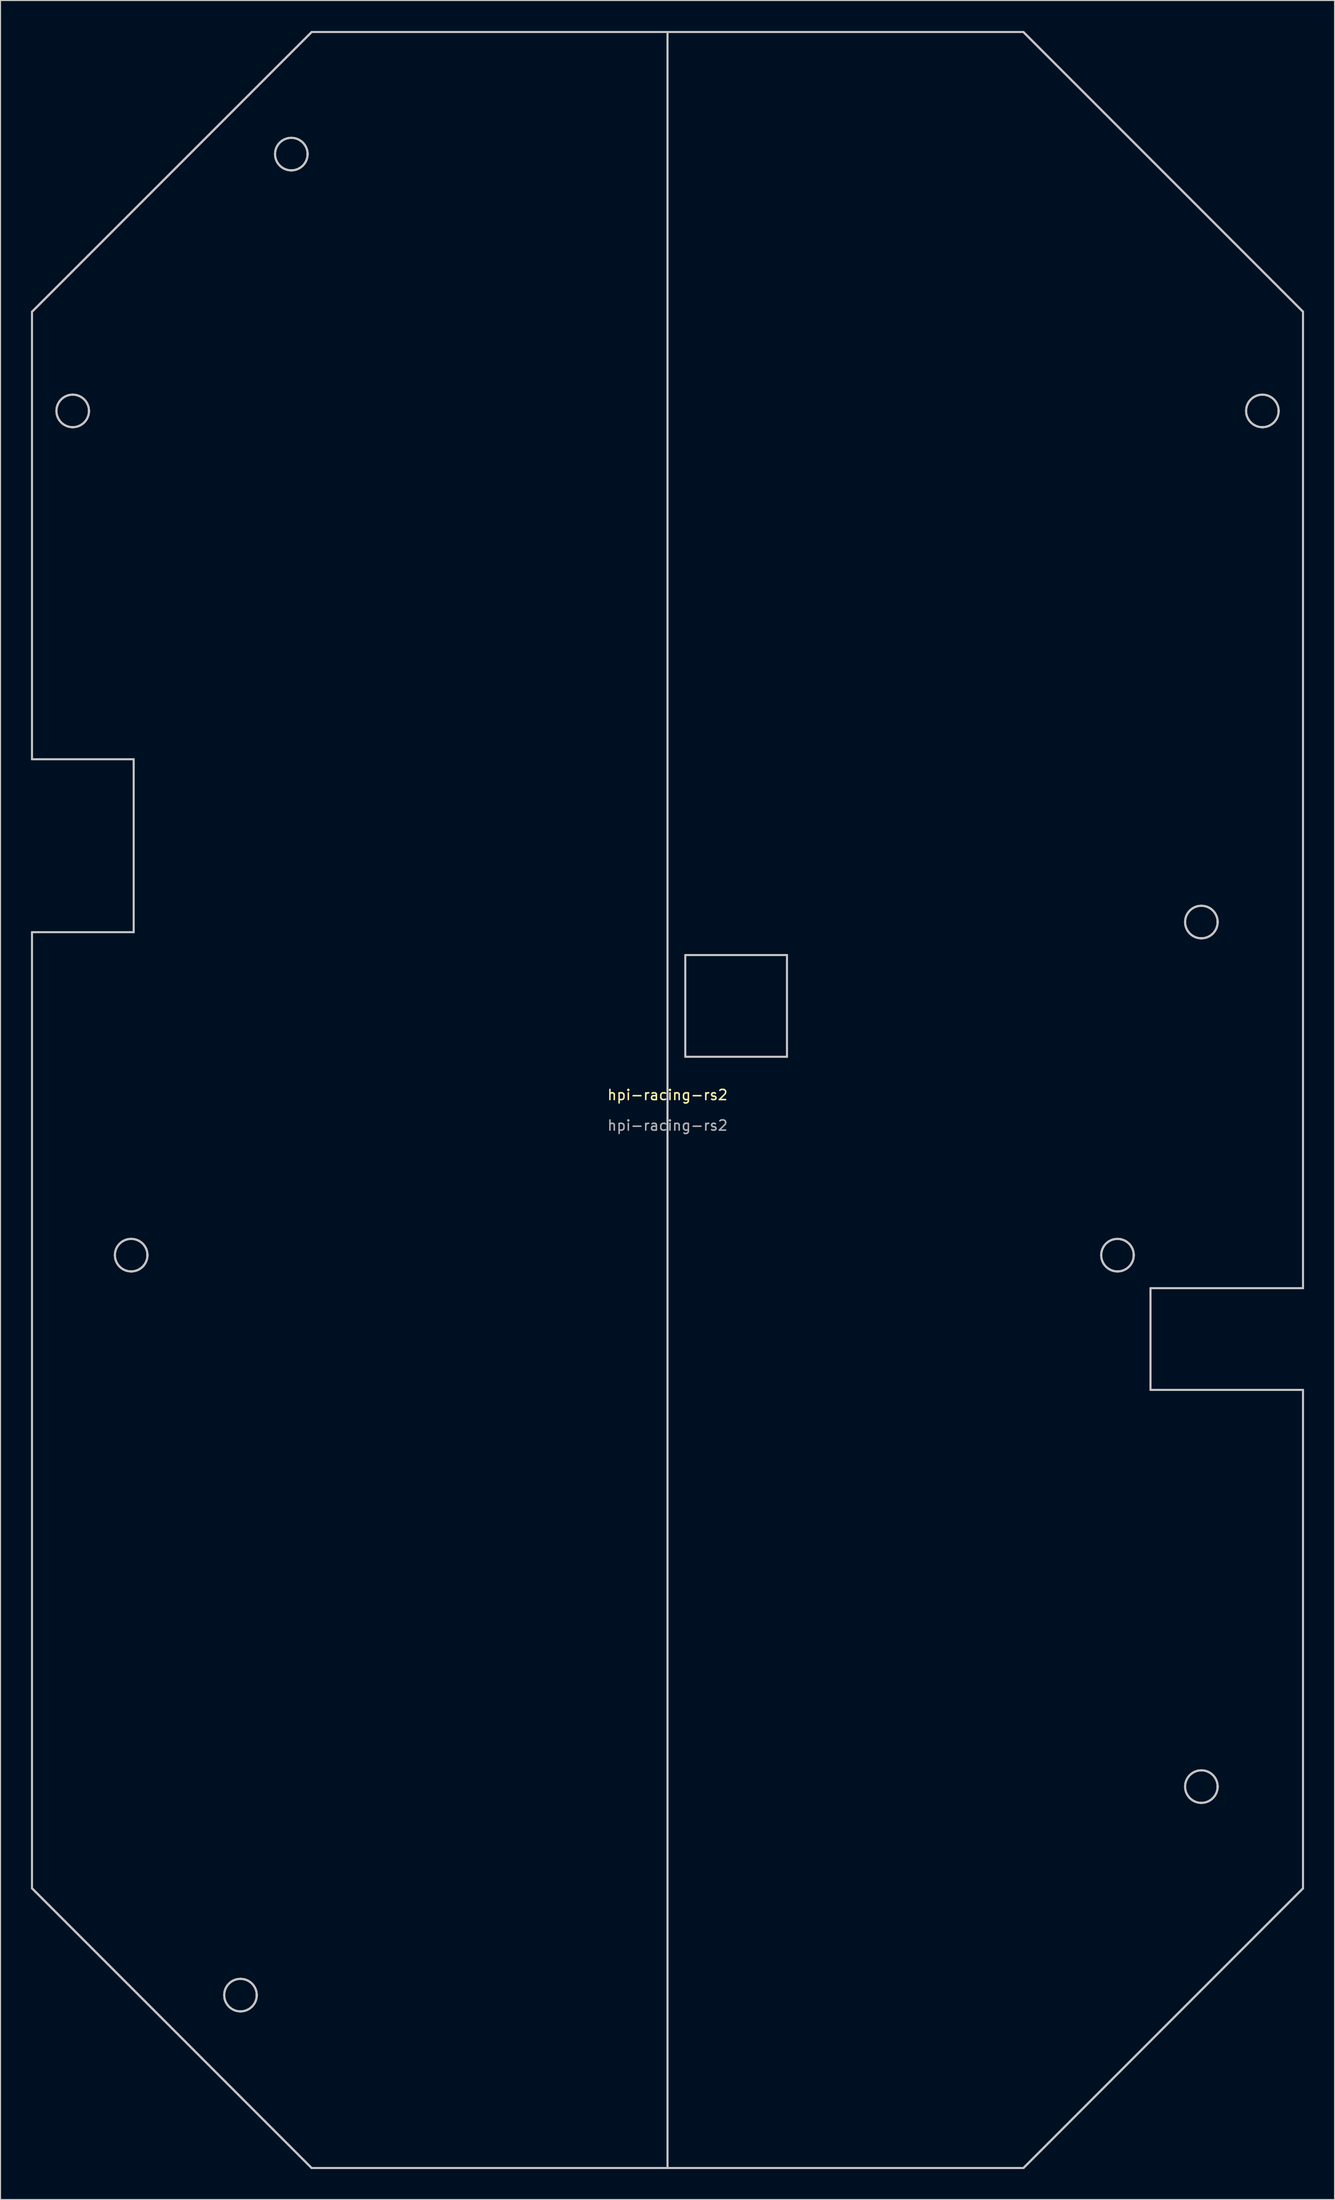
<source format=kicad_pcb>
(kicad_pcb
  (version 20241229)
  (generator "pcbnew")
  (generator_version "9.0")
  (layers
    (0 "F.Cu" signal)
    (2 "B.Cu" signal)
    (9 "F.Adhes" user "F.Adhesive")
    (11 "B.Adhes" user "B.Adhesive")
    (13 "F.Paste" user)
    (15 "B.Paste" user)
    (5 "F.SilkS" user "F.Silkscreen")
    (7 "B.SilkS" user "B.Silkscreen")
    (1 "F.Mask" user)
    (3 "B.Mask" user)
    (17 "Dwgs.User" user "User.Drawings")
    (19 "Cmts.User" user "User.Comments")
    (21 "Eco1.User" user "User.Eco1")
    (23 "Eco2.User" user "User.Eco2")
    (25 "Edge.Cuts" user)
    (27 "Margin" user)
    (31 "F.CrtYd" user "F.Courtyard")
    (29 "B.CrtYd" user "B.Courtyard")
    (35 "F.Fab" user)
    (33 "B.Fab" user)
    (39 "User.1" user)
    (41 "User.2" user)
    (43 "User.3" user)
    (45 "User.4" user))
  (footprint "hpi-racing-rs2"
    (layer "F.Cu")
    (at 62.6 105.1)
    (property "Reference" "hpi-racing-rs2" (at 0 -0.5 0) (unlocked yes) (layer "F.SilkS") (effects (font (size 1 1) (thickness 0.15))))
    (fp_line (start -62.5 -77.5) (end -62.5 -77.5) (stroke (width 0.2) (type solid)) (layer "Dwgs.User"))
    (fp_line (start -62.5 -77.5) (end -62.5 -77.5) (stroke (width 0.2) (type solid)) (layer "Dwgs.User"))
    (fp_line (start -62.5 -77.5) (end -62.5 -33.5) (stroke (width 0.2) (type solid)) (layer "Dwgs.User"))
    (fp_line (start -62.5 -77.5) (end -62.5 -33.5) (stroke (width 0.2) (type solid)) (layer "Dwgs.User"))
    (fp_line (start -62.5 -77.5) (end -62.5 -33.5) (stroke (width 0.2) (type solid)) (layer "Dwgs.User"))
    (fp_line (start -62.5 -77.5) (end -62.5 -33.5) (stroke (width 0.2) (type solid)) (layer "Dwgs.User"))
    (fp_line (start -62.5 -33.5) (end -62.5 -33.5) (stroke (width 0.2) (type solid)) (layer "Dwgs.User"))
    (fp_line (start -62.5 -33.5) (end -62.5 -33.5) (stroke (width 0.2) (type solid)) (layer "Dwgs.User"))
    (fp_line (start -62.5 -33.5) (end -52.5 -33.5) (stroke (width 0.2) (type solid)) (layer "Dwgs.User"))
    (fp_line (start -62.5 -33.5) (end -52.5 -33.5) (stroke (width 0.2) (type solid)) (layer "Dwgs.User"))
    (fp_line (start -62.5 -33.5) (end -52.5 -33.5) (stroke (width 0.2) (type solid)) (layer "Dwgs.User"))
    (fp_line (start -62.5 -33.5) (end -52.5 -33.5) (stroke (width 0.2) (type solid)) (layer "Dwgs.User"))
    (fp_line (start -62.5 -16.5) (end -62.5 -16.5) (stroke (width 0.2) (type solid)) (layer "Dwgs.User"))
    (fp_line (start -62.5 -16.5) (end -62.5 -16.5) (stroke (width 0.2) (type solid)) (layer "Dwgs.User"))
    (fp_line (start -62.5 -16.5) (end -62.5 77.5) (stroke (width 0.2) (type solid)) (layer "Dwgs.User"))
    (fp_line (start -62.5 -16.5) (end -62.5 77.5) (stroke (width 0.2) (type solid)) (layer "Dwgs.User"))
    (fp_line (start -62.5 -16.5) (end -62.5 77.5) (stroke (width 0.2) (type solid)) (layer "Dwgs.User"))
    (fp_line (start -62.5 -16.5) (end -62.5 77.5) (stroke (width 0.2) (type solid)) (layer "Dwgs.User"))
    (fp_line (start -62.5 77.5) (end -62.5 77.5) (stroke (width 0.2) (type solid)) (layer "Dwgs.User"))
    (fp_line (start -62.5 77.5) (end -62.5 77.5) (stroke (width 0.2) (type solid)) (layer "Dwgs.User"))
    (fp_line (start -62.5 77.5) (end -35 105) (stroke (width 0.2) (type solid)) (layer "Dwgs.User"))
    (fp_line (start -62.5 77.5) (end -35 105) (stroke (width 0.2) (type solid)) (layer "Dwgs.User"))
    (fp_line (start -62.5 77.5) (end -35 105) (stroke (width 0.2) (type solid)) (layer "Dwgs.User"))
    (fp_line (start -62.5 77.5) (end -35 105) (stroke (width 0.2) (type solid)) (layer "Dwgs.User"))
    (fp_line (start -56.9 -67.75) (end -56.9 -67.75) (stroke (width 0.2) (type solid)) (layer "Dwgs.User"))
    (fp_line (start -56.9 -67.75) (end -56.9 -67.75) (stroke (width 0.2) (type solid)) (layer "Dwgs.User"))
    (fp_line (start -52.5 -33.5) (end -52.5 -33.5) (stroke (width 0.2) (type solid)) (layer "Dwgs.User"))
    (fp_line (start -52.5 -33.5) (end -52.5 -33.5) (stroke (width 0.2) (type solid)) (layer "Dwgs.User"))
    (fp_line (start -52.5 -33.5) (end -52.5 -16.5) (stroke (width 0.2) (type solid)) (layer "Dwgs.User"))
    (fp_line (start -52.5 -33.5) (end -52.5 -16.5) (stroke (width 0.2) (type solid)) (layer "Dwgs.User"))
    (fp_line (start -52.5 -33.5) (end -52.5 -16.5) (stroke (width 0.2) (type solid)) (layer "Dwgs.User"))
    (fp_line (start -52.5 -33.5) (end -52.5 -16.5) (stroke (width 0.2) (type solid)) (layer "Dwgs.User"))
    (fp_line (start -52.5 -16.5) (end -62.5 -16.5) (stroke (width 0.2) (type solid)) (layer "Dwgs.User"))
    (fp_line (start -52.5 -16.5) (end -62.5 -16.5) (stroke (width 0.2) (type solid)) (layer "Dwgs.User"))
    (fp_line (start -52.5 -16.5) (end -62.5 -16.5) (stroke (width 0.2) (type solid)) (layer "Dwgs.User"))
    (fp_line (start -52.5 -16.5) (end -62.5 -16.5) (stroke (width 0.2) (type solid)) (layer "Dwgs.User"))
    (fp_line (start -52.5 -16.5) (end -52.5 -16.5) (stroke (width 0.2) (type solid)) (layer "Dwgs.User"))
    (fp_line (start -52.5 -16.5) (end -52.5 -16.5) (stroke (width 0.2) (type solid)) (layer "Dwgs.User"))
    (fp_line (start -51.15 15.25) (end -51.15 15.25) (stroke (width 0.2) (type solid)) (layer "Dwgs.User"))
    (fp_line (start -51.15 15.25) (end -51.15 15.25) (stroke (width 0.2) (type solid)) (layer "Dwgs.User"))
    (fp_line (start -40.4 88) (end -40.4 88) (stroke (width 0.2) (type solid)) (layer "Dwgs.User"))
    (fp_line (start -40.4 88) (end -40.4 88) (stroke (width 0.2) (type solid)) (layer "Dwgs.User"))
    (fp_line (start -35.4 -93) (end -35.4 -93) (stroke (width 0.2) (type solid)) (layer "Dwgs.User"))
    (fp_line (start -35.4 -93) (end -35.4 -93) (stroke (width 0.2) (type solid)) (layer "Dwgs.User"))
    (fp_line (start -35 -105) (end -62.5 -77.5) (stroke (width 0.2) (type solid)) (layer "Dwgs.User"))
    (fp_line (start -35 -105) (end -62.5 -77.5) (stroke (width 0.2) (type solid)) (layer "Dwgs.User"))
    (fp_line (start -35 -105) (end -62.5 -77.5) (stroke (width 0.2) (type solid)) (layer "Dwgs.User"))
    (fp_line (start -35 -105) (end -62.5 -77.5) (stroke (width 0.2) (type solid)) (layer "Dwgs.User"))
    (fp_line (start -35 -105) (end -35 -105) (stroke (width 0.2) (type solid)) (layer "Dwgs.User"))
    (fp_line (start -35 -105) (end -35 -105) (stroke (width 0.2) (type solid)) (layer "Dwgs.User"))
    (fp_line (start -35 105) (end -35 105) (stroke (width 0.2) (type solid)) (layer "Dwgs.User"))
    (fp_line (start -35 105) (end -35 105) (stroke (width 0.2) (type solid)) (layer "Dwgs.User"))
    (fp_line (start -35 105) (end 0 105) (stroke (width 0.2) (type solid)) (layer "Dwgs.User"))
    (fp_line (start -35 105) (end 0 105) (stroke (width 0.2) (type solid)) (layer "Dwgs.User"))
    (fp_line (start -35 105) (end 0 105) (stroke (width 0.2) (type solid)) (layer "Dwgs.User"))
    (fp_line (start -35 105) (end 0 105) (stroke (width 0.2) (type solid)) (layer "Dwgs.User"))
    (fp_line (start 0 -105) (end -35 -105) (stroke (width 0.2) (type solid)) (layer "Dwgs.User"))
    (fp_line (start 0 -105) (end -35 -105) (stroke (width 0.2) (type solid)) (layer "Dwgs.User"))
    (fp_line (start 0 -105) (end -35 -105) (stroke (width 0.2) (type solid)) (layer "Dwgs.User"))
    (fp_line (start 0 -105) (end -35 -105) (stroke (width 0.2) (type solid)) (layer "Dwgs.User"))
    (fp_line (start 0 -105) (end 0 -105) (stroke (width 0.2) (type solid)) (layer "Dwgs.User"))
    (fp_line (start 0 -105) (end 0 -105) (stroke (width 0.2) (type solid)) (layer "Dwgs.User"))
    (fp_line (start 0 -105) (end 0 105) (stroke (width 0.2) (type solid)) (layer "Dwgs.User"))
    (fp_line (start 0 -105) (end 0 105) (stroke (width 0.2) (type solid)) (layer "Dwgs.User"))
    (fp_line (start 0 -105) (end 0 105) (stroke (width 0.2) (type solid)) (layer "Dwgs.User"))
    (fp_line (start 0 -105) (end 0 105) (stroke (width 0.2) (type solid)) (layer "Dwgs.User"))
    (fp_line (start 0 -105) (end 35 -105) (stroke (width 0.2) (type solid)) (layer "Dwgs.User"))
    (fp_line (start 0 -105) (end 35 -105) (stroke (width 0.2) (type solid)) (layer "Dwgs.User"))
    (fp_line (start 0 -105) (end 35 -105) (stroke (width 0.2) (type solid)) (layer "Dwgs.User"))
    (fp_line (start 0 -105) (end 35 -105) (stroke (width 0.2) (type solid)) (layer "Dwgs.User"))
    (fp_line (start 0 105) (end 0 105) (stroke (width 0.2) (type solid)) (layer "Dwgs.User"))
    (fp_line (start 0 105) (end 0 105) (stroke (width 0.2) (type solid)) (layer "Dwgs.User"))
    (fp_line (start 1.75 -14.25) (end 1.75 -14.25) (stroke (width 0.2) (type solid)) (layer "Dwgs.User"))
    (fp_line (start 1.75 -14.25) (end 1.75 -14.25) (stroke (width 0.2) (type solid)) (layer "Dwgs.User"))
    (fp_line (start 1.75 -14.25) (end 1.75 -4.25) (stroke (width 0.2) (type solid)) (layer "Dwgs.User"))
    (fp_line (start 1.75 -14.25) (end 1.75 -4.25) (stroke (width 0.2) (type solid)) (layer "Dwgs.User"))
    (fp_line (start 1.75 -14.25) (end 11.75 -14.25) (stroke (width 0.2) (type solid)) (layer "Dwgs.User"))
    (fp_line (start 1.75 -14.25) (end 11.75 -14.25) (stroke (width 0.2) (type solid)) (layer "Dwgs.User"))
    (fp_line (start 1.75 -4.25) (end 1.75 -14.25) (stroke (width 0.2) (type solid)) (layer "Dwgs.User"))
    (fp_line (start 1.75 -4.25) (end 1.75 -14.25) (stroke (width 0.2) (type solid)) (layer "Dwgs.User"))
    (fp_line (start 1.75 -4.25) (end 1.75 -4.25) (stroke (width 0.2) (type solid)) (layer "Dwgs.User"))
    (fp_line (start 1.75 -4.25) (end 1.75 -4.25) (stroke (width 0.2) (type solid)) (layer "Dwgs.User"))
    (fp_line (start 1.75 -4.25) (end 11.75 -4.25) (stroke (width 0.2) (type solid)) (layer "Dwgs.User"))
    (fp_line (start 1.75 -4.25) (end 11.75 -4.25) (stroke (width 0.2) (type solid)) (layer "Dwgs.User"))
    (fp_line (start 11.75 -14.25) (end 1.75 -14.25) (stroke (width 0.2) (type solid)) (layer "Dwgs.User"))
    (fp_line (start 11.75 -14.25) (end 1.75 -14.25) (stroke (width 0.2) (type solid)) (layer "Dwgs.User"))
    (fp_line (start 11.75 -14.25) (end 11.75 -14.25) (stroke (width 0.2) (type solid)) (layer "Dwgs.User"))
    (fp_line (start 11.75 -14.25) (end 11.75 -14.25) (stroke (width 0.2) (type solid)) (layer "Dwgs.User"))
    (fp_line (start 11.75 -14.25) (end 11.75 -4.25) (stroke (width 0.2) (type solid)) (layer "Dwgs.User"))
    (fp_line (start 11.75 -14.25) (end 11.75 -4.25) (stroke (width 0.2) (type solid)) (layer "Dwgs.User"))
    (fp_line (start 11.75 -4.25) (end 1.75 -4.25) (stroke (width 0.2) (type solid)) (layer "Dwgs.User"))
    (fp_line (start 11.75 -4.25) (end 1.75 -4.25) (stroke (width 0.2) (type solid)) (layer "Dwgs.User"))
    (fp_line (start 11.75 -4.25) (end 11.75 -14.25) (stroke (width 0.2) (type solid)) (layer "Dwgs.User"))
    (fp_line (start 11.75 -4.25) (end 11.75 -14.25) (stroke (width 0.2) (type solid)) (layer "Dwgs.User"))
    (fp_line (start 11.75 -4.25) (end 11.75 -4.25) (stroke (width 0.2) (type solid)) (layer "Dwgs.User"))
    (fp_line (start 11.75 -4.25) (end 11.75 -4.25) (stroke (width 0.2) (type solid)) (layer "Dwgs.User"))
    (fp_line (start 35 -105) (end 35 -105) (stroke (width 0.2) (type solid)) (layer "Dwgs.User"))
    (fp_line (start 35 -105) (end 35 -105) (stroke (width 0.2) (type solid)) (layer "Dwgs.User"))
    (fp_line (start 35 -105) (end 62.5 -77.5) (stroke (width 0.2) (type solid)) (layer "Dwgs.User"))
    (fp_line (start 35 -105) (end 62.5 -77.5) (stroke (width 0.2) (type solid)) (layer "Dwgs.User"))
    (fp_line (start 35 -105) (end 62.5 -77.5) (stroke (width 0.2) (type solid)) (layer "Dwgs.User"))
    (fp_line (start 35 -105) (end 62.5 -77.5) (stroke (width 0.2) (type solid)) (layer "Dwgs.User"))
    (fp_line (start 35 105) (end 0 105) (stroke (width 0.2) (type solid)) (layer "Dwgs.User"))
    (fp_line (start 35 105) (end 0 105) (stroke (width 0.2) (type solid)) (layer "Dwgs.User"))
    (fp_line (start 35 105) (end 0 105) (stroke (width 0.2) (type solid)) (layer "Dwgs.User"))
    (fp_line (start 35 105) (end 0 105) (stroke (width 0.2) (type solid)) (layer "Dwgs.User"))
    (fp_line (start 35 105) (end 35 105) (stroke (width 0.2) (type solid)) (layer "Dwgs.User"))
    (fp_line (start 35 105) (end 35 105) (stroke (width 0.2) (type solid)) (layer "Dwgs.User"))
    (fp_line (start 45.85 15.25) (end 45.85 15.25) (stroke (width 0.2) (type solid)) (layer "Dwgs.User"))
    (fp_line (start 45.85 15.25) (end 45.85 15.25) (stroke (width 0.2) (type solid)) (layer "Dwgs.User"))
    (fp_line (start 47.5 18.5) (end 47.5 18.5) (stroke (width 0.2) (type solid)) (layer "Dwgs.User"))
    (fp_line (start 47.5 18.5) (end 47.5 18.5) (stroke (width 0.2) (type solid)) (layer "Dwgs.User"))
    (fp_line (start 47.5 18.5) (end 47.5 28.5) (stroke (width 0.2) (type solid)) (layer "Dwgs.User"))
    (fp_line (start 47.5 18.5) (end 47.5 28.5) (stroke (width 0.2) (type solid)) (layer "Dwgs.User"))
    (fp_line (start 47.5 18.5) (end 62.5 18.5) (stroke (width 0.2) (type solid)) (layer "Dwgs.User"))
    (fp_line (start 47.5 18.5) (end 62.5 18.5) (stroke (width 0.2) (type solid)) (layer "Dwgs.User"))
    (fp_line (start 47.5 28.5) (end 47.5 18.5) (stroke (width 0.2) (type solid)) (layer "Dwgs.User"))
    (fp_line (start 47.5 28.5) (end 47.5 18.5) (stroke (width 0.2) (type solid)) (layer "Dwgs.User"))
    (fp_line (start 47.5 28.5) (end 47.5 28.5) (stroke (width 0.2) (type solid)) (layer "Dwgs.User"))
    (fp_line (start 47.5 28.5) (end 47.5 28.5) (stroke (width 0.2) (type solid)) (layer "Dwgs.User"))
    (fp_line (start 47.5 28.5) (end 62.5 28.5) (stroke (width 0.2) (type solid)) (layer "Dwgs.User"))
    (fp_line (start 47.5 28.5) (end 62.5 28.5) (stroke (width 0.2) (type solid)) (layer "Dwgs.User"))
    (fp_line (start 54.1 -17.5) (end 54.1 -17.5) (stroke (width 0.2) (type solid)) (layer "Dwgs.User"))
    (fp_line (start 54.1 -17.5) (end 54.1 -17.5) (stroke (width 0.2) (type solid)) (layer "Dwgs.User"))
    (fp_line (start 54.1 67.5) (end 54.1 67.5) (stroke (width 0.2) (type solid)) (layer "Dwgs.User"))
    (fp_line (start 54.1 67.5) (end 54.1 67.5) (stroke (width 0.2) (type solid)) (layer "Dwgs.User"))
    (fp_line (start 60.1 -67.75) (end 60.1 -67.75) (stroke (width 0.2) (type solid)) (layer "Dwgs.User"))
    (fp_line (start 60.1 -67.75) (end 60.1 -67.75) (stroke (width 0.2) (type solid)) (layer "Dwgs.User"))
    (fp_line (start 62.5 -77.5) (end 62.5 -77.5) (stroke (width 0.2) (type solid)) (layer "Dwgs.User"))
    (fp_line (start 62.5 -77.5) (end 62.5 -77.5) (stroke (width 0.2) (type solid)) (layer "Dwgs.User"))
    (fp_line (start 62.5 -77.5) (end 62.5 18.5) (stroke (width 0.2) (type solid)) (layer "Dwgs.User"))
    (fp_line (start 62.5 -77.5) (end 62.5 18.5) (stroke (width 0.2) (type solid)) (layer "Dwgs.User"))
    (fp_line (start 62.5 -77.5) (end 62.5 18.5) (stroke (width 0.2) (type solid)) (layer "Dwgs.User"))
    (fp_line (start 62.5 -77.5) (end 62.5 18.5) (stroke (width 0.2) (type solid)) (layer "Dwgs.User"))
    (fp_line (start 62.5 18.5) (end 47.5 18.5) (stroke (width 0.2) (type solid)) (layer "Dwgs.User"))
    (fp_line (start 62.5 18.5) (end 47.5 18.5) (stroke (width 0.2) (type solid)) (layer "Dwgs.User"))
    (fp_line (start 62.5 18.5) (end 62.5 18.5) (stroke (width 0.2) (type solid)) (layer "Dwgs.User"))
    (fp_line (start 62.5 18.5) (end 62.5 18.5) (stroke (width 0.2) (type solid)) (layer "Dwgs.User"))
    (fp_line (start 62.5 28.5) (end 47.5 28.5) (stroke (width 0.2) (type solid)) (layer "Dwgs.User"))
    (fp_line (start 62.5 28.5) (end 47.5 28.5) (stroke (width 0.2) (type solid)) (layer "Dwgs.User"))
    (fp_line (start 62.5 28.5) (end 62.5 28.5) (stroke (width 0.2) (type solid)) (layer "Dwgs.User"))
    (fp_line (start 62.5 28.5) (end 62.5 28.5) (stroke (width 0.2) (type solid)) (layer "Dwgs.User"))
    (fp_line (start 62.5 28.5) (end 62.5 77.5) (stroke (width 0.2) (type solid)) (layer "Dwgs.User"))
    (fp_line (start 62.5 28.5) (end 62.5 77.5) (stroke (width 0.2) (type solid)) (layer "Dwgs.User"))
    (fp_line (start 62.5 28.5) (end 62.5 77.5) (stroke (width 0.2) (type solid)) (layer "Dwgs.User"))
    (fp_line (start 62.5 28.5) (end 62.5 77.5) (stroke (width 0.2) (type solid)) (layer "Dwgs.User"))
    (fp_line (start 62.5 77.5) (end 35 105) (stroke (width 0.2) (type solid)) (layer "Dwgs.User"))
    (fp_line (start 62.5 77.5) (end 35 105) (stroke (width 0.2) (type solid)) (layer "Dwgs.User"))
    (fp_line (start 62.5 77.5) (end 35 105) (stroke (width 0.2) (type solid)) (layer "Dwgs.User"))
    (fp_line (start 62.5 77.5) (end 35 105) (stroke (width 0.2) (type solid)) (layer "Dwgs.User"))
    (fp_line (start 62.5 77.5) (end 62.5 77.5) (stroke (width 0.2) (type solid)) (layer "Dwgs.User"))
    (fp_line (start 62.5 77.5) (end 62.5 77.5) (stroke (width 0.2) (type solid)) (layer "Dwgs.User"))
    (fp_circle (center -58.5 -67.75) (end -56.9 -67.75) (stroke (width 0.2) (type solid)) (fill no) (layer "Dwgs.User"))
    (fp_circle (center -58.5 -67.75) (end -56.9 -67.75) (stroke (width 0.2) (type solid)) (fill no) (layer "Dwgs.User"))
    (fp_circle (center -58.5 -67.75) (end -56.9 -67.75) (stroke (width 0.2) (type solid)) (fill no) (layer "Dwgs.User"))
    (fp_circle (center -58.5 -67.75) (end -56.9 -67.75) (stroke (width 0.2) (type solid)) (fill no) (layer "Dwgs.User"))
    (fp_circle (center -52.75 15.25) (end -51.15 15.25) (stroke (width 0.2) (type solid)) (fill no) (layer "Dwgs.User"))
    (fp_circle (center -52.75 15.25) (end -51.15 15.25) (stroke (width 0.2) (type solid)) (fill no) (layer "Dwgs.User"))
    (fp_circle (center -52.75 15.25) (end -51.15 15.25) (stroke (width 0.2) (type solid)) (fill no) (layer "Dwgs.User"))
    (fp_circle (center -52.75 15.25) (end -51.15 15.25) (stroke (width 0.2) (type solid)) (fill no) (layer "Dwgs.User"))
    (fp_circle (center -42 88) (end -40.4 88) (stroke (width 0.2) (type solid)) (fill no) (layer "Dwgs.User"))
    (fp_circle (center -42 88) (end -40.4 88) (stroke (width 0.2) (type solid)) (fill no) (layer "Dwgs.User"))
    (fp_circle (center -42 88) (end -40.4 88) (stroke (width 0.2) (type solid)) (fill no) (layer "Dwgs.User"))
    (fp_circle (center -42 88) (end -40.4 88) (stroke (width 0.2) (type solid)) (fill no) (layer "Dwgs.User"))
    (fp_circle (center -37 -93) (end -35.4 -93) (stroke (width 0.2) (type solid)) (fill no) (layer "Dwgs.User"))
    (fp_circle (center -37 -93) (end -35.4 -93) (stroke (width 0.2) (type solid)) (fill no) (layer "Dwgs.User"))
    (fp_circle (center -37 -93) (end -35.4 -93) (stroke (width 0.2) (type solid)) (fill no) (layer "Dwgs.User"))
    (fp_circle (center -37 -93) (end -35.4 -93) (stroke (width 0.2) (type solid)) (fill no) (layer "Dwgs.User"))
    (fp_circle (center 44.25 15.25) (end 45.85 15.25) (stroke (width 0.2) (type solid)) (fill no) (layer "Dwgs.User"))
    (fp_circle (center 44.25 15.25) (end 45.85 15.25) (stroke (width 0.2) (type solid)) (fill no) (layer "Dwgs.User"))
    (fp_circle (center 44.25 15.25) (end 45.85 15.25) (stroke (width 0.2) (type solid)) (fill no) (layer "Dwgs.User"))
    (fp_circle (center 44.25 15.25) (end 45.85 15.25) (stroke (width 0.2) (type solid)) (fill no) (layer "Dwgs.User"))
    (fp_circle (center 52.5 -17.5) (end 54.1 -17.5) (stroke (width 0.2) (type solid)) (fill no) (layer "Dwgs.User"))
    (fp_circle (center 52.5 -17.5) (end 54.1 -17.5) (stroke (width 0.2) (type solid)) (fill no) (layer "Dwgs.User"))
    (fp_circle (center 52.5 -17.5) (end 54.1 -17.5) (stroke (width 0.2) (type solid)) (fill no) (layer "Dwgs.User"))
    (fp_circle (center 52.5 -17.5) (end 54.1 -17.5) (stroke (width 0.2) (type solid)) (fill no) (layer "Dwgs.User"))
    (fp_circle (center 52.5 67.5) (end 54.1 67.5) (stroke (width 0.2) (type solid)) (fill no) (layer "Dwgs.User"))
    (fp_circle (center 52.5 67.5) (end 54.1 67.5) (stroke (width 0.2) (type solid)) (fill no) (layer "Dwgs.User"))
    (fp_circle (center 52.5 67.5) (end 54.1 67.5) (stroke (width 0.2) (type solid)) (fill no) (layer "Dwgs.User"))
    (fp_circle (center 52.5 67.5) (end 54.1 67.5) (stroke (width 0.2) (type solid)) (fill no) (layer "Dwgs.User"))
    (fp_circle (center 58.5 -67.75) (end 60.1 -67.75) (stroke (width 0.2) (type solid)) (fill no) (layer "Dwgs.User"))
    (fp_circle (center 58.5 -67.75) (end 60.1 -67.75) (stroke (width 0.2) (type solid)) (fill no) (layer "Dwgs.User"))
    (fp_circle (center 58.5 -67.75) (end 60.1 -67.75) (stroke (width 0.2) (type solid)) (fill no) (layer "Dwgs.User"))
    (fp_circle (center 58.5 -67.75) (end 60.1 -67.75) (stroke (width 0.2) (type solid)) (fill no) (layer "Dwgs.User"))
    (fp_text user "${REFERENCE}" (at 0 2.5 0) (unlocked yes) (layer "F.Fab") (effects (font (size 1 1) (thickness 0.15)))))
  (gr_rect
    (start -3 -3)
    (end 128.2 213.2)
    (stroke (width 0.1) (type default))
    (fill no)
    (layer "Edge.Cuts")))
</source>
